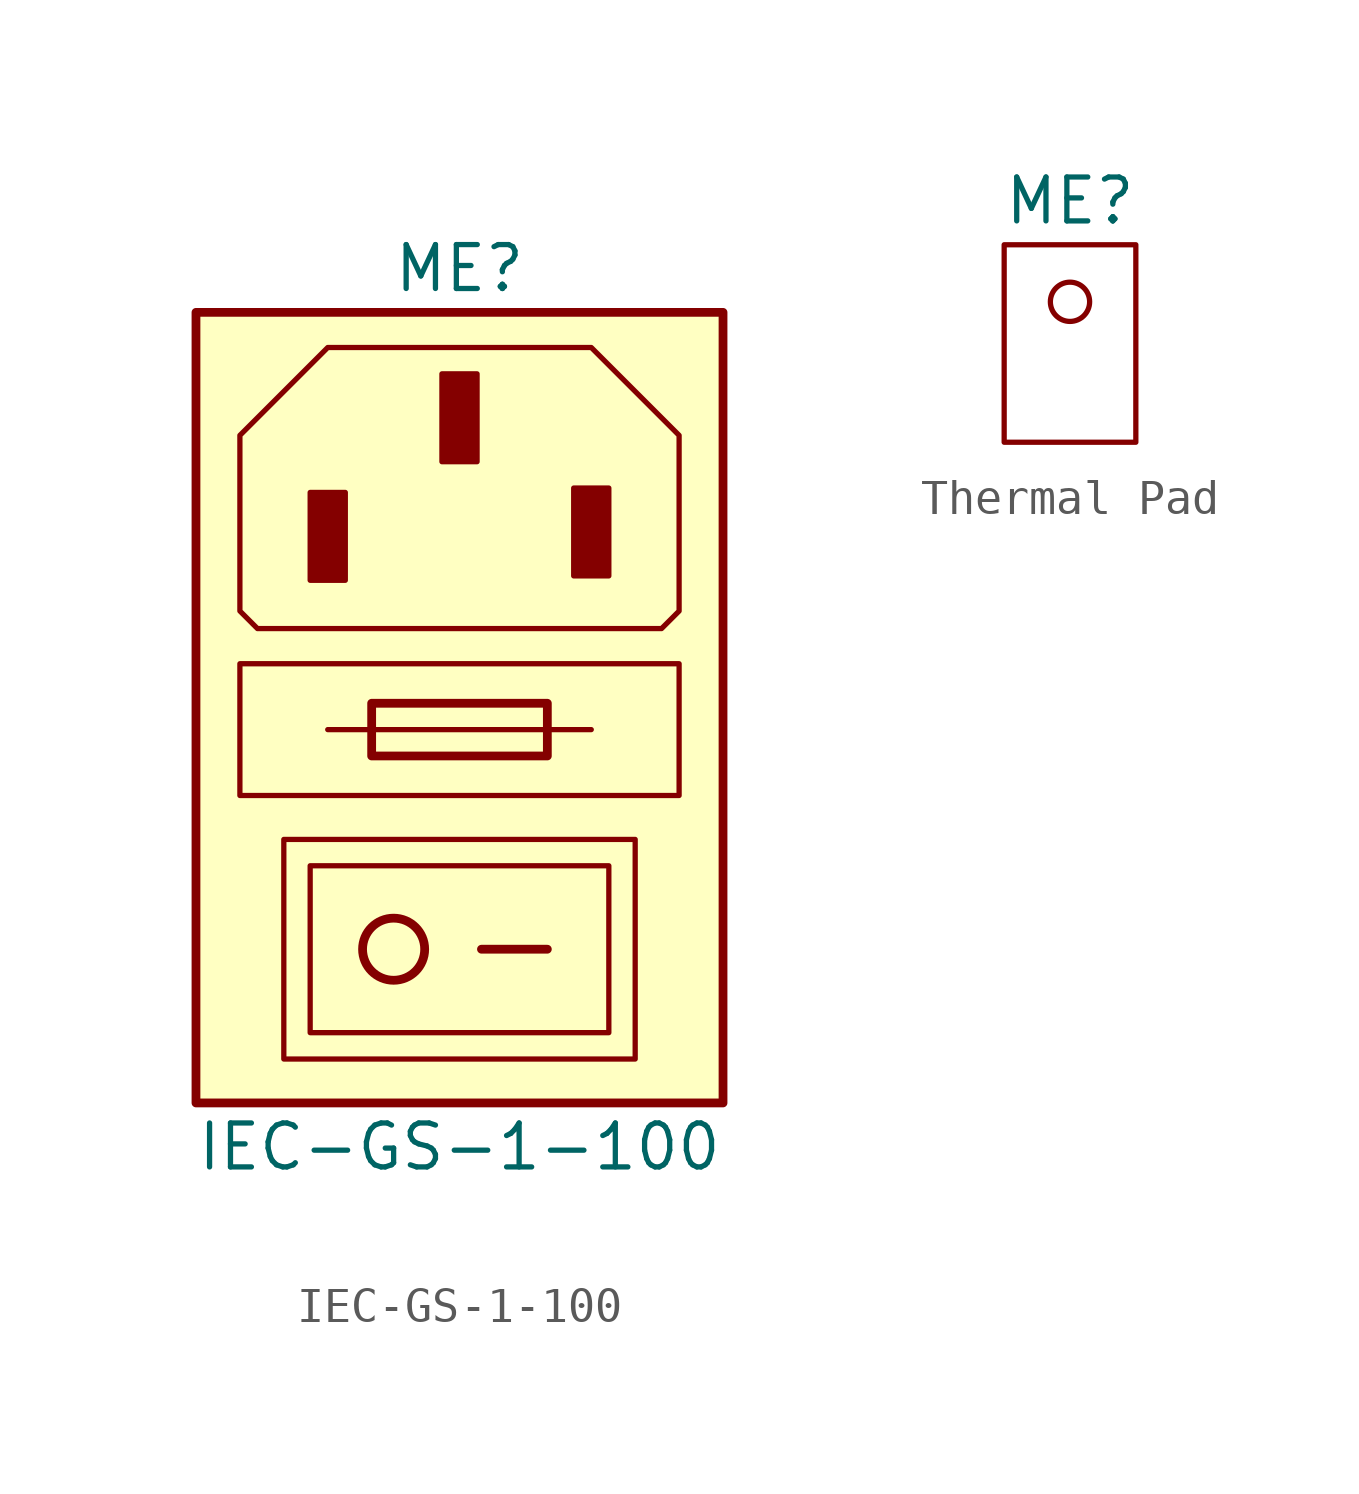
<source format=kicad_sym>
(kicad_symbol_lib
  (version 20241209)
  (generator "kicad_symbol_editor")
  (generator_version "9.0")
  (symbol "IEC-GS-1-100"
    (property "Reference" "ME"
      (at 0 12.7 0)
      (do_not_autoplace)
      (effects (font (size 1.27 1.27))))
    (property "Value" "IEC-GS-1-100"
      (at 0 -12.7 0)
      (do_not_autoplace)
      (effects (font (size 1.27 1.27))))
    (symbol "IEC-GS-1-100_0_1"
      (rectangle (start 2.54 0.127) (end -2.54 -1.397) (stroke (width 0.254) (type default)) (fill (type none)))
      (polyline (pts (xy 3.81 -0.635) (xy -3.81 -0.635)) (stroke (width 0) (type default)) (fill (type none)))
      (rectangle (start 4.318 -4.572) (end -4.318 -9.398) (stroke (width 0) (type default)) (fill (type none)))
      (rectangle (start 5.08 -3.81) (end -5.08 -10.16) (stroke (width 0) (type default)) (fill (type none)))
      (rectangle (start 6.35 1.27) (end -6.35 -2.54) (stroke (width 0) (type default)) (fill (type none))))
    (symbol "IEC-GS-1-100_1_1"
      (rectangle (start -7.62 11.43) (end 7.62 -11.43) (stroke (width 0.254) (type default)) (fill (type background)))
      (polyline (pts (xy -6.35 2.794) (xy -5.842 2.286) (xy 5.842 2.286) (xy 6.35 2.794) (xy 6.35 7.874) (xy 3.81 10.414) (xy -3.81 10.414) (xy -6.35 7.874) (xy -6.35 2.794)) (stroke (width 0) (type default)) (fill (type background)))
      (rectangle (start -3.302 3.683) (end -4.318 6.223) (stroke (width 0) (type default)) (fill (type outline)))
      (circle (center -1.905 -6.985) (radius 0.898) (stroke (width 0.254) (type solid)) (fill (type none)))
      (rectangle (start 0.508 7.112) (end -0.508 9.652) (stroke (width 0) (type default)) (fill (type outline)))
      (polyline (pts (xy 2.54 -6.985) (xy 0.635 -6.985)) (stroke (width 0.254) (type solid)) (fill (type none)))
      (rectangle (start 4.318 3.81) (end 3.302 6.35) (stroke (width 0) (type default)) (fill (type outline)))))
  (symbol "Thermal Pad"
    (pin_names
      (offset 1.016))
    (property "Reference" "ME"
      (at 0 5.08 0)
      (do_not_autoplace)
      (effects (font (size 1.27 1.27))))
    (symbol "Thermal Pad_0_1"
      (rectangle (start -1.905 3.81) (end 1.905 -1.905) (stroke (width 0) (type default)) (fill (type none)))
      (circle (center 0 2.159) (radius 0.568) (stroke (width 0) (type default)) (fill (type none))))))
</source>
